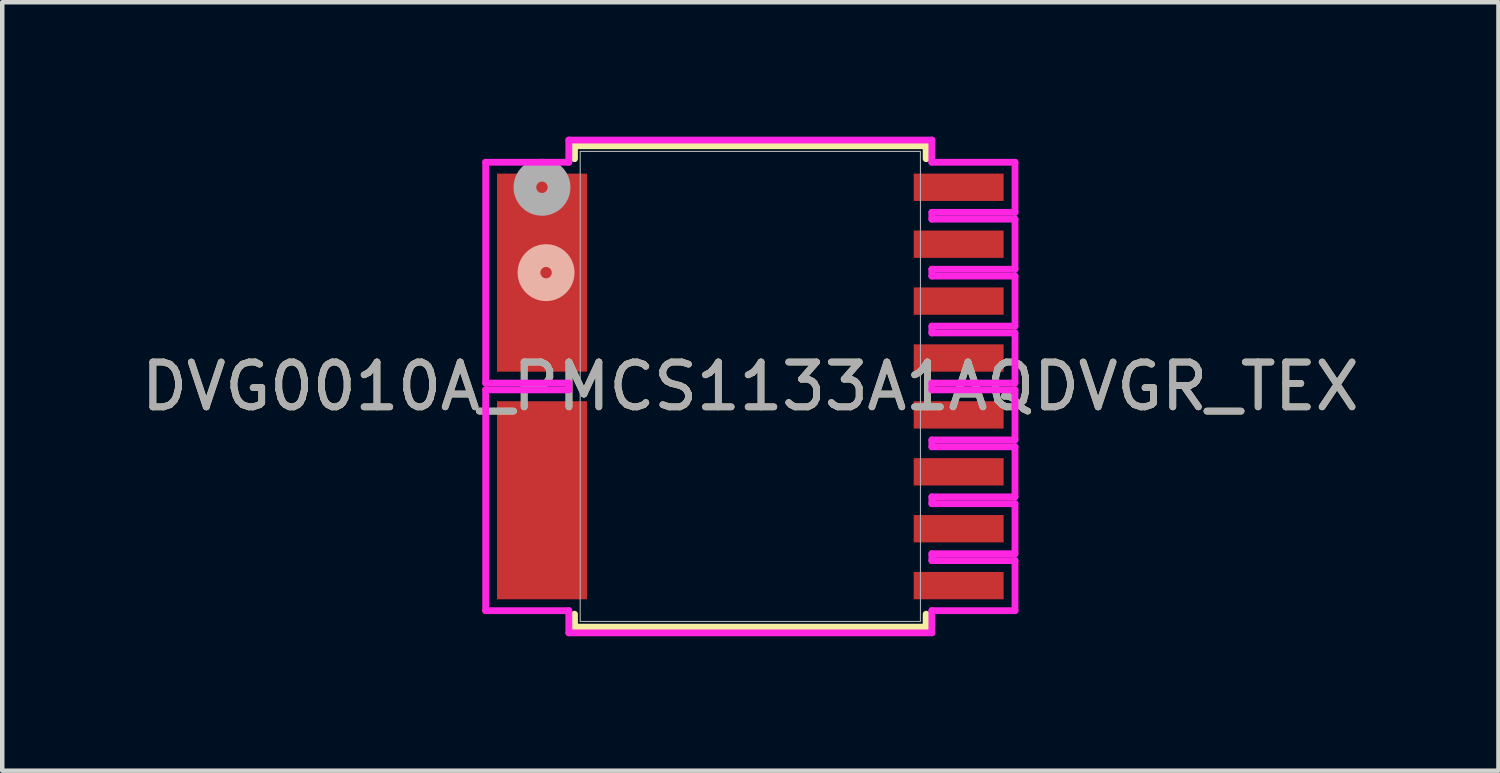
<source format=kicad_pcb>
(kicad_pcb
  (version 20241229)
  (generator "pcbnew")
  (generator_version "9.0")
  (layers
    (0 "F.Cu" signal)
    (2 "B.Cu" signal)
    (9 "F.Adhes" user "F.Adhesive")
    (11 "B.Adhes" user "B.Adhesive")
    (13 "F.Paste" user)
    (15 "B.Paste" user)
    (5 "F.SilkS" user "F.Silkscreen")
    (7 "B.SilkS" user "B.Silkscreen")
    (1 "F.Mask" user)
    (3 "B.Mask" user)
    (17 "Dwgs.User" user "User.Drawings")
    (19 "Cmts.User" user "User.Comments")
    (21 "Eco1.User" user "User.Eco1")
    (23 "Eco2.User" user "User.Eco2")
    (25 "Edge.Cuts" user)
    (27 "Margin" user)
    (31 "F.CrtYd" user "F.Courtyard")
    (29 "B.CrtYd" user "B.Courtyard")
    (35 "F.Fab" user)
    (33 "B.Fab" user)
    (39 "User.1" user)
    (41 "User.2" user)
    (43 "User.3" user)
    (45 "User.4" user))
  (footprint "DVG0010A_PMCS1133A1AQDVGR_TEX"
    (layer "F.Cu")
    (at 13.696 5.575)
    (property "Reference" "DVG0010A_PMCS1133A1AQDVGR_TEX" (at 0 0 0) (unlocked yes) (layer "F.SilkS") (effects (font (size 1 1) (thickness 0.15))))
    (attr smd)
    (fp_line (start -3.924 -5.372) (end -3.924 -5.083) (stroke (width 0.152) (type solid)) (layer "F.SilkS"))
    (fp_line (start -3.924 5.083) (end -3.924 5.372) (stroke (width 0.152) (type solid)) (layer "F.SilkS"))
    (fp_line (start -3.924 5.372) (end 3.924 5.372) (stroke (width 0.152) (type solid)) (layer "F.SilkS"))
    (fp_line (start 3.924 -5.372) (end -3.924 -5.372) (stroke (width 0.152) (type solid)) (layer "F.SilkS"))
    (fp_line (start 3.924 -5.083) (end 3.924 -5.372) (stroke (width 0.152) (type solid)) (layer "F.SilkS"))
    (fp_line (start 3.924 5.372) (end 3.924 5.083) (stroke (width 0.152) (type solid)) (layer "F.SilkS"))
    (fp_circle (center -4.559 -2.54) (end -4.178 -2.54) (stroke (width 0.508) (type solid)) (fill no) (layer "B.SilkS"))
    (fp_line (start -5.907 -5.004) (end -5.907 -0.076) (stroke (width 0.152) (type solid)) (layer "F.CrtYd"))
    (fp_line (start -5.907 -0.076) (end -4.051 -0.076) (stroke (width 0.152) (type solid)) (layer "F.CrtYd"))
    (fp_line (start -5.907 0.076) (end -5.907 5.004) (stroke (width 0.152) (type solid)) (layer "F.CrtYd"))
    (fp_line (start -5.907 5.004) (end -4.051 5.004) (stroke (width 0.152) (type solid)) (layer "F.CrtYd"))
    (fp_line (start -4.051 -5.499) (end -4.051 -5.004) (stroke (width 0.152) (type solid)) (layer "F.CrtYd"))
    (fp_line (start -4.051 -5.004) (end -5.907 -5.004) (stroke (width 0.152) (type solid)) (layer "F.CrtYd"))
    (fp_line (start -4.051 -0.076) (end -4.051 0.076) (stroke (width 0.152) (type solid)) (layer "F.CrtYd"))
    (fp_line (start -4.051 0.076) (end -5.907 0.076) (stroke (width 0.152) (type solid)) (layer "F.CrtYd"))
    (fp_line (start -4.051 5.004) (end -4.051 5.499) (stroke (width 0.152) (type solid)) (layer "F.CrtYd"))
    (fp_line (start -4.051 5.499) (end 4.051 5.499) (stroke (width 0.152) (type solid)) (layer "F.CrtYd"))
    (fp_line (start 4.051 -5.499) (end -4.051 -5.499) (stroke (width 0.152) (type solid)) (layer "F.CrtYd"))
    (fp_line (start 4.051 -5.004) (end 4.051 -5.499) (stroke (width 0.152) (type solid)) (layer "F.CrtYd"))
    (fp_line (start 4.051 -3.886) (end 5.907 -3.886) (stroke (width 0.152) (type solid)) (layer "F.CrtYd"))
    (fp_line (start 4.051 -3.734) (end 4.051 -3.886) (stroke (width 0.152) (type solid)) (layer "F.CrtYd"))
    (fp_line (start 4.051 -2.616) (end 5.907 -2.616) (stroke (width 0.152) (type solid)) (layer "F.CrtYd"))
    (fp_line (start 4.051 -2.464) (end 4.051 -2.616) (stroke (width 0.152) (type solid)) (layer "F.CrtYd"))
    (fp_line (start 4.051 -1.346) (end 5.907 -1.346) (stroke (width 0.152) (type solid)) (layer "F.CrtYd"))
    (fp_line (start 4.051 -1.194) (end 4.051 -1.346) (stroke (width 0.152) (type solid)) (layer "F.CrtYd"))
    (fp_line (start 4.051 -0.076) (end 5.907 -0.076) (stroke (width 0.152) (type solid)) (layer "F.CrtYd"))
    (fp_line (start 4.051 0.076) (end 4.051 -0.076) (stroke (width 0.152) (type solid)) (layer "F.CrtYd"))
    (fp_line (start 4.051 1.194) (end 5.907 1.194) (stroke (width 0.152) (type solid)) (layer "F.CrtYd"))
    (fp_line (start 4.051 1.346) (end 4.051 1.194) (stroke (width 0.152) (type solid)) (layer "F.CrtYd"))
    (fp_line (start 4.051 2.464) (end 5.907 2.464) (stroke (width 0.152) (type solid)) (layer "F.CrtYd"))
    (fp_line (start 4.051 2.616) (end 4.051 2.464) (stroke (width 0.152) (type solid)) (layer "F.CrtYd"))
    (fp_line (start 4.051 3.734) (end 5.907 3.734) (stroke (width 0.152) (type solid)) (layer "F.CrtYd"))
    (fp_line (start 4.051 3.886) (end 4.051 3.734) (stroke (width 0.152) (type solid)) (layer "F.CrtYd"))
    (fp_line (start 4.051 5.004) (end 5.907 5.004) (stroke (width 0.152) (type solid)) (layer "F.CrtYd"))
    (fp_line (start 4.051 5.499) (end 4.051 5.004) (stroke (width 0.152) (type solid)) (layer "F.CrtYd"))
    (fp_line (start 5.907 -5.004) (end 4.051 -5.004) (stroke (width 0.152) (type solid)) (layer "F.CrtYd"))
    (fp_line (start 5.907 -3.886) (end 5.907 -5.004) (stroke (width 0.152) (type solid)) (layer "F.CrtYd"))
    (fp_line (start 5.907 -3.734) (end 4.051 -3.734) (stroke (width 0.152) (type solid)) (layer "F.CrtYd"))
    (fp_line (start 5.907 -2.616) (end 5.907 -3.734) (stroke (width 0.152) (type solid)) (layer "F.CrtYd"))
    (fp_line (start 5.907 -2.464) (end 4.051 -2.464) (stroke (width 0.152) (type solid)) (layer "F.CrtYd"))
    (fp_line (start 5.907 -1.346) (end 5.907 -2.464) (stroke (width 0.152) (type solid)) (layer "F.CrtYd"))
    (fp_line (start 5.907 -1.194) (end 4.051 -1.194) (stroke (width 0.152) (type solid)) (layer "F.CrtYd"))
    (fp_line (start 5.907 -0.076) (end 5.907 -1.194) (stroke (width 0.152) (type solid)) (layer "F.CrtYd"))
    (fp_line (start 5.907 0.076) (end 4.051 0.076) (stroke (width 0.152) (type solid)) (layer "F.CrtYd"))
    (fp_line (start 5.907 1.194) (end 5.907 0.076) (stroke (width 0.152) (type solid)) (layer "F.CrtYd"))
    (fp_line (start 5.907 1.346) (end 4.051 1.346) (stroke (width 0.152) (type solid)) (layer "F.CrtYd"))
    (fp_line (start 5.907 2.464) (end 5.907 1.346) (stroke (width 0.152) (type solid)) (layer "F.CrtYd"))
    (fp_line (start 5.907 2.616) (end 4.051 2.616) (stroke (width 0.152) (type solid)) (layer "F.CrtYd"))
    (fp_line (start 5.907 3.734) (end 5.907 2.616) (stroke (width 0.152) (type solid)) (layer "F.CrtYd"))
    (fp_line (start 5.907 3.886) (end 4.051 3.886) (stroke (width 0.152) (type solid)) (layer "F.CrtYd"))
    (fp_line (start 5.907 5.004) (end 5.907 3.886) (stroke (width 0.152) (type solid)) (layer "F.CrtYd"))
    (fp_line (start -3.797 -5.245) (end -3.797 5.245) (stroke (width 0.025) (type solid)) (layer "F.Fab"))
    (fp_line (start -3.797 5.245) (end 3.797 5.245) (stroke (width 0.025) (type solid)) (layer "F.Fab"))
    (fp_line (start 3.797 -5.245) (end -3.797 -5.245) (stroke (width 0.025) (type solid)) (layer "F.Fab"))
    (fp_line (start 3.797 5.245) (end 3.797 -5.245) (stroke (width 0.025) (type solid)) (layer "F.Fab"))
    (fp_circle (center -4.65 -4.445) (end -4.269 -4.445) (stroke (width 0.508) (type solid)) (fill no) (layer "F.Fab"))
    (fp_text user "${REFERENCE}" (at 0 0 0) (unlocked yes) (layer "F.Fab") (effects (font (size 1 1) (thickness 0.15))))
    (pad "1" smd rect (at -4.65 -2.54) (size 2.007 4.42) (layers "F.Cu" "F.Mask" "F.Paste"))
    (pad "2" smd rect (at -4.65 2.54) (size 2.007 4.42) (layers "F.Cu" "F.Mask" "F.Paste"))
    (pad "3" smd rect (at 4.65 4.445) (size 2.007 0.61) (layers "F.Cu" "F.Mask" "F.Paste"))
    (pad "4" smd rect (at 4.65 3.175) (size 2.007 0.61) (layers "F.Cu" "F.Mask" "F.Paste"))
    (pad "5" smd rect (at 4.65 1.905) (size 2.007 0.61) (layers "F.Cu" "F.Mask" "F.Paste"))
    (pad "6" smd rect (at 4.65 0.635) (size 2.007 0.61) (layers "F.Cu" "F.Mask" "F.Paste"))
    (pad "7" smd rect (at 4.65 -0.635) (size 2.007 0.61) (layers "F.Cu" "F.Mask" "F.Paste"))
    (pad "8" smd rect (at 4.65 -1.905) (size 2.007 0.61) (layers "F.Cu" "F.Mask" "F.Paste"))
    (pad "9" smd rect (at 4.65 -3.175) (size 2.007 0.61) (layers "F.Cu" "F.Mask" "F.Paste"))
    (pad "10" smd rect (at 4.65 -4.445) (size 2.007 0.61) (layers "F.Cu" "F.Mask" "F.Paste")))
  (gr_rect
    (start -3 -3)
    (end 30.393 14.151)
    (stroke (width 0.1) (type default))
    (fill no)
    (layer "Edge.Cuts")))
</source>
